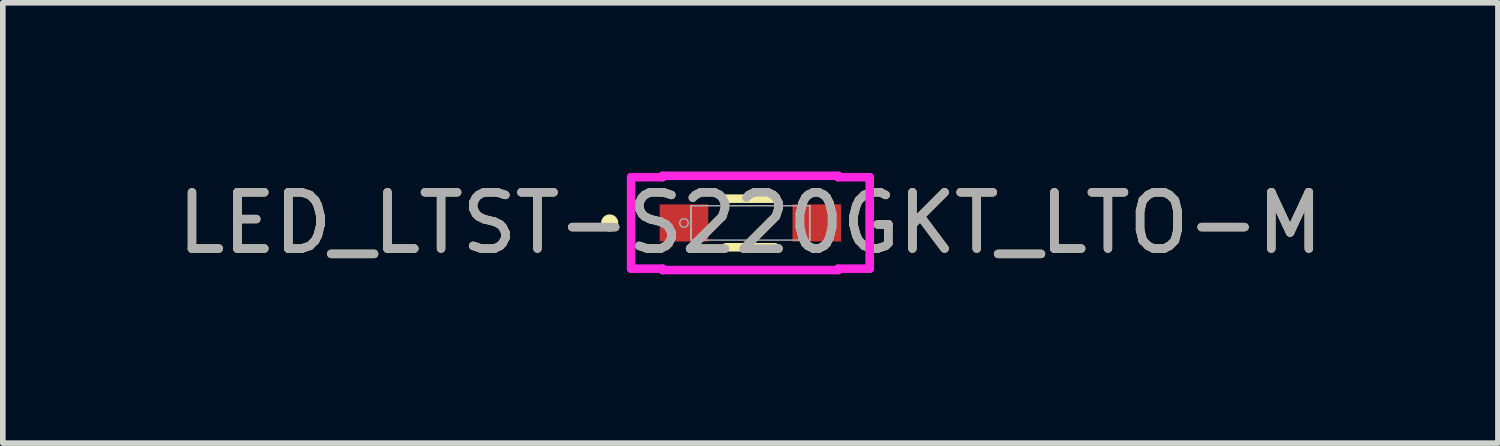
<source format=kicad_pcb>
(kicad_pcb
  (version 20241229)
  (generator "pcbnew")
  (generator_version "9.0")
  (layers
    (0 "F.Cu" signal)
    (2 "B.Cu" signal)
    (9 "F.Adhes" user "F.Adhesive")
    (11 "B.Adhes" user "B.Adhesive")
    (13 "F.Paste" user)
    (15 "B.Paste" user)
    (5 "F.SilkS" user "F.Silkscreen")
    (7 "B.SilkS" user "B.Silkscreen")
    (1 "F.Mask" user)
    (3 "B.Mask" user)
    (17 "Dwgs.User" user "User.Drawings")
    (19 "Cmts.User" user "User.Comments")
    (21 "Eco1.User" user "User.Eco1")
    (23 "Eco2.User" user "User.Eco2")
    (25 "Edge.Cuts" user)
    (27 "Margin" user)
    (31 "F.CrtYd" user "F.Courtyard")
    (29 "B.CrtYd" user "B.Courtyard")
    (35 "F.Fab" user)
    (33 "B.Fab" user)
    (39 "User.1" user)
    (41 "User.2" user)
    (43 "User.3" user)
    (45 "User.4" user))
  (footprint "LED_LTST-S220GKT_LTO-M"
    (layer "F.Cu")
    (at 10.292 0.914)
    (property "Reference" "LED_LTST-S220GKT_LTO-M" (at 0 0 0) (unlocked yes) (layer "F.SilkS") (effects (font (size 1 1) (thickness 0.15))))
    (attr smd)
    (fp_line (start -0.432 0.432) (end 0.432 0.432) (stroke (width 0.152) (type solid)) (layer "F.SilkS"))
    (fp_line (start 0.432 -0.432) (end -0.432 -0.432) (stroke (width 0.152) (type solid)) (layer "F.SilkS"))
    (fp_circle (center -2.502 0) (end -2.426 0) (stroke (width 0.152) (type solid)) (fill no) (layer "F.SilkS"))
    (fp_line (start -2.121 -0.813) (end -1.562 -0.813) (stroke (width 0.152) (type solid)) (layer "F.CrtYd"))
    (fp_line (start -2.121 0.813) (end -2.121 -0.813) (stroke (width 0.152) (type solid)) (layer "F.CrtYd"))
    (fp_line (start -1.562 -0.838) (end 1.562 -0.838) (stroke (width 0.152) (type solid)) (layer "F.CrtYd"))
    (fp_line (start -1.562 -0.813) (end -1.562 -0.838) (stroke (width 0.152) (type solid)) (layer "F.CrtYd"))
    (fp_line (start -1.562 0.813) (end -2.121 0.813) (stroke (width 0.152) (type solid)) (layer "F.CrtYd"))
    (fp_line (start -1.562 0.838) (end -1.562 0.813) (stroke (width 0.152) (type solid)) (layer "F.CrtYd"))
    (fp_line (start 1.562 -0.838) (end 1.562 -0.813) (stroke (width 0.152) (type solid)) (layer "F.CrtYd"))
    (fp_line (start 1.562 -0.813) (end 2.121 -0.813) (stroke (width 0.152) (type solid)) (layer "F.CrtYd"))
    (fp_line (start 1.562 0.813) (end 1.562 0.838) (stroke (width 0.152) (type solid)) (layer "F.CrtYd"))
    (fp_line (start 1.562 0.838) (end -1.562 0.838) (stroke (width 0.152) (type solid)) (layer "F.CrtYd"))
    (fp_line (start 2.121 -0.813) (end 2.121 0.813) (stroke (width 0.152) (type solid)) (layer "F.CrtYd"))
    (fp_line (start 2.121 0.813) (end 1.562 0.813) (stroke (width 0.152) (type solid)) (layer "F.CrtYd"))
    (fp_line (start -1.054 -0.305) (end -1.054 -0.305) (stroke (width 0.025) (type solid)) (layer "F.Fab"))
    (fp_line (start -1.054 -0.305) (end -1.054 0.305) (stroke (width 0.025) (type solid)) (layer "F.Fab"))
    (fp_line (start -1.054 -0.305) (end -1.054 0.305) (stroke (width 0.025) (type solid)) (layer "F.Fab"))
    (fp_line (start -1.054 0.305) (end -1.054 -0.305) (stroke (width 0.025) (type solid)) (layer "F.Fab"))
    (fp_line (start -1.054 0.305) (end -1.054 0.305) (stroke (width 0.025) (type solid)) (layer "F.Fab"))
    (fp_line (start -1.054 0.305) (end 1.054 0.305) (stroke (width 0.025) (type solid)) (layer "F.Fab"))
    (fp_line (start 1.054 -0.305) (end -1.054 -0.305) (stroke (width 0.025) (type solid)) (layer "F.Fab"))
    (fp_line (start 1.054 -0.305) (end 1.054 -0.305) (stroke (width 0.025) (type solid)) (layer "F.Fab"))
    (fp_line (start 1.054 -0.305) (end 1.054 0.305) (stroke (width 0.025) (type solid)) (layer "F.Fab"))
    (fp_line (start 1.054 0.305) (end 1.054 -0.305) (stroke (width 0.025) (type solid)) (layer "F.Fab"))
    (fp_line (start 1.054 0.305) (end 1.054 -0.305) (stroke (width 0.025) (type solid)) (layer "F.Fab"))
    (fp_line (start 1.054 0.305) (end 1.054 0.305) (stroke (width 0.025) (type solid)) (layer "F.Fab"))
    (fp_circle (center -1.181 0) (end -1.105 0) (stroke (width 0.025) (type solid)) (fill no) (layer "F.Fab"))
    (fp_text user "${REFERENCE}" (at 0 0 0) (unlocked yes) (layer "F.Fab") (effects (font (size 1 1) (thickness 0.15))))
    (pad "1" smd rect (at -1.181 0) (size 0.864 0.66) (layers "F.Cu" "F.Mask" "F.Paste"))
    (pad "2" smd rect (at 1.181 0) (size 0.864 0.66) (layers "F.Cu" "F.Mask" "F.Paste"))
    (zone (net_name "") (layer "F.Cu") (hatch full 0.508) (connect_pads) (min_thickness 0.254) (filled_areas_thickness no) (keepout (tracks not_allowed) (vias not_allowed) (pads allowed) (copperpour not_allowed) (footprints allowed)) (placement (enabled no)) (fill) (polygon (pts (xy 9.593 0.66) (xy 10.99 0.66) (xy 10.99 1.168) (xy 9.593 1.168)))))
  (gr_rect
    (start -3 -3)
    (end 23.583 4.829)
    (stroke (width 0.1) (type default))
    (fill no)
    (layer "Edge.Cuts")))
</source>
